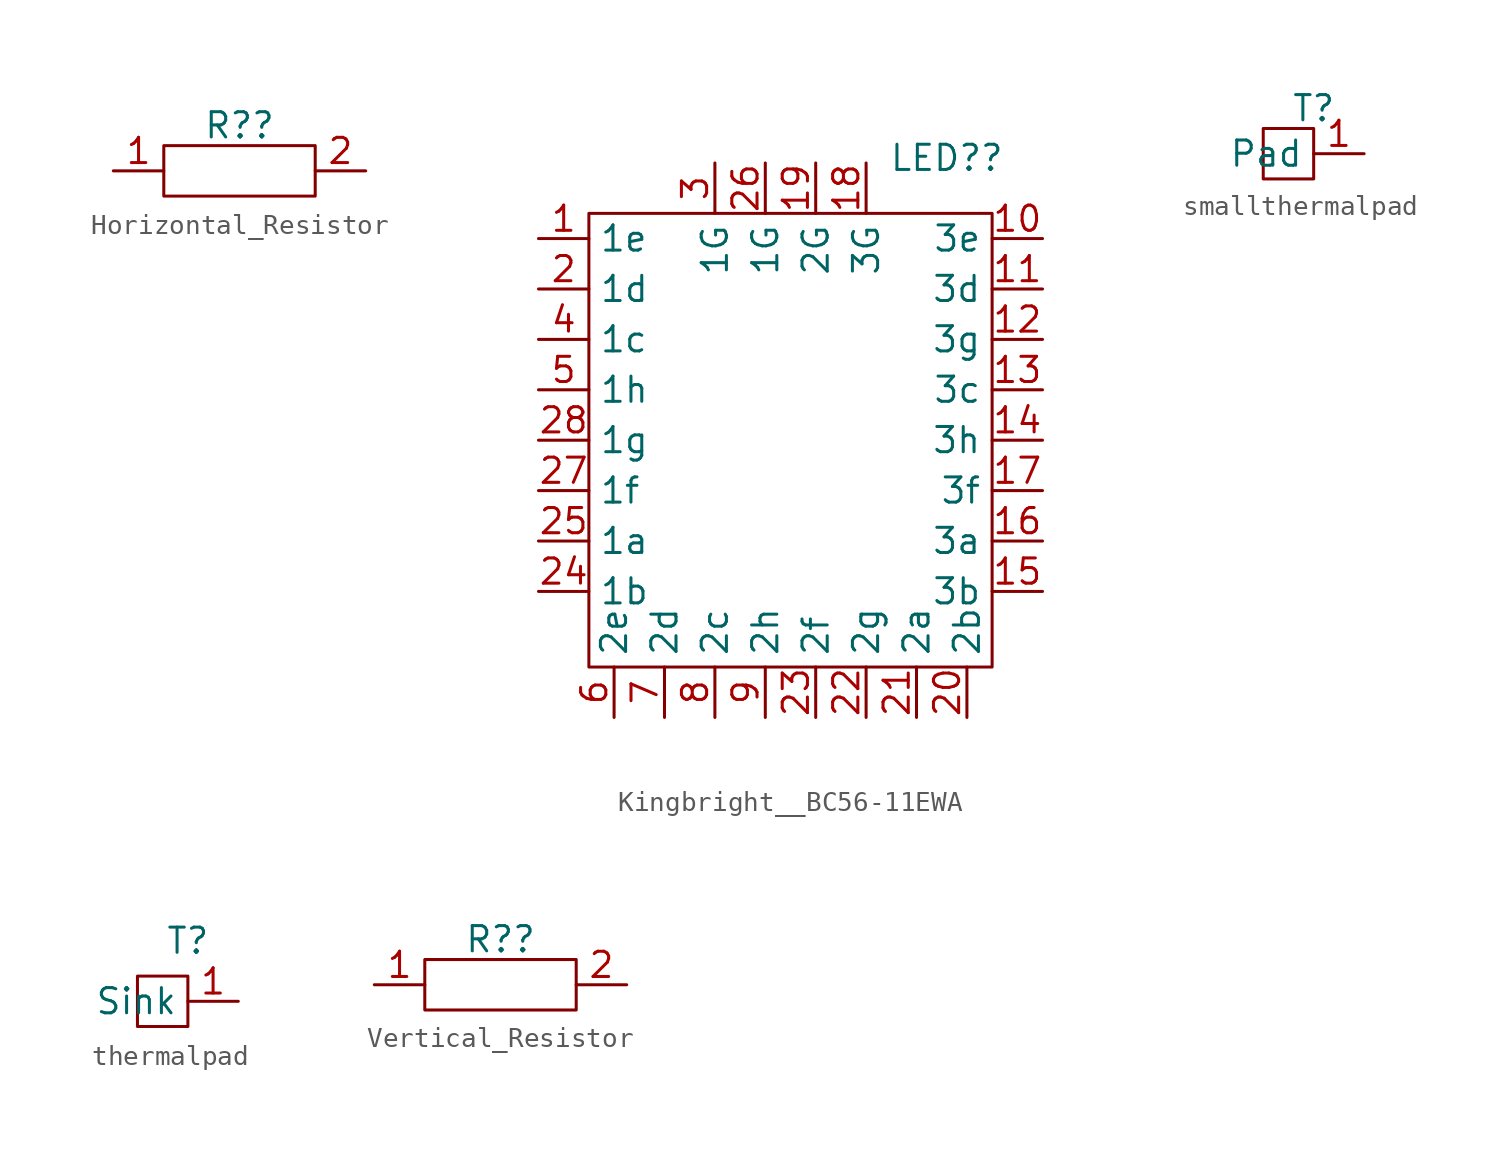
<source format=kicad_sym>
(kicad_symbol_lib
  (version 20231120)
  (generator "kicad_symbol_editor")
  (generator_version "8.0")
  (symbol "Horizontal_Resistor"
    (property "Reference" "R?"
      (at 0 2.286 0)
      (effects (font (size 1.27 1.27))))
    (property "Value" ""
      (at -1.27 3.81 0)
      (effects (font (size 1.27 1.27))))
    (symbol "Horizontal_Resistor_0_1"
      (rectangle (start -3.81 1.27) (end 3.81 -1.27) (stroke (width 0) (type default)) (fill (type none))))
    (symbol "Horizontal_Resistor_1_1"
      (pin bidirectional line (at -6.35 0 0) (length 2.54) (name "" (effects (font (size 1.27 1.27)))) (number "1" (effects (font (size 1.27 1.27)))))
      (pin bidirectional line (at 6.35 0 180) (length 2.54) (name "" (effects (font (size 1.27 1.27)))) (number "2" (effects (font (size 1.27 1.27)))))))
  (symbol "Kingbright__BC56-11EWA"
    (property "Reference" "LED?"
      (at 7.874 14.224 0)
      (effects (font (size 1.27 1.27))))
    (property "Value" ""
      (at 6.35 -8.89 0)
      (effects (font (size 1.27 1.27))))
    (symbol "Kingbright__BC56-11EWA_0_1"
      (rectangle (start -10.16 11.43) (end 10.16 -11.43) (stroke (width 0) (type default)) (fill (type none))))
    (symbol "Kingbright__BC56-11EWA_1_1"
      (pin input line (at -12.7 10.16 0) (length 2.54) (name "1e" (effects (font (size 1.27 1.27)))) (number "1" (effects (font (size 1.27 1.27)))))
      (pin input line (at 12.7 10.16 180) (length 2.54) (name "3e" (effects (font (size 1.27 1.27)))) (number "10" (effects (font (size 1.27 1.27)))))
      (pin input line (at 12.7 7.62 180) (length 2.54) (name "3d" (effects (font (size 1.27 1.27)))) (number "11" (effects (font (size 1.27 1.27)))))
      (pin input line (at 12.7 5.08 180) (length 2.54) (name "3g" (effects (font (size 1.27 1.27)))) (number "12" (effects (font (size 1.27 1.27)))))
      (pin input line (at 12.7 2.54 180) (length 2.54) (name "3c" (effects (font (size 1.27 1.27)))) (number "13" (effects (font (size 1.27 1.27)))))
      (pin input line (at 12.7 0 180) (length 2.54) (name "3h" (effects (font (size 1.27 1.27)))) (number "14" (effects (font (size 1.27 1.27)))))
      (pin input line (at 12.7 -7.62 180) (length 2.54) (name "3b" (effects (font (size 1.27 1.27)))) (number "15" (effects (font (size 1.27 1.27)))))
      (pin input line (at 12.7 -5.08 180) (length 2.54) (name "3a" (effects (font (size 1.27 1.27)))) (number "16" (effects (font (size 1.27 1.27)))))
      (pin input line (at 12.7 -2.54 180) (length 2.54) (name "3f" (effects (font (size 1.27 1.27)))) (number "17" (effects (font (size 1.27 1.27)))))
      (pin power_out line (at 3.81 13.97 270) (length 2.54) (name "3G" (effects (font (size 1.27 1.27)))) (number "18" (effects (font (size 1.27 1.27)))))
      (pin power_out line (at 1.27 13.97 270) (length 2.54) (name "2G" (effects (font (size 1.27 1.27)))) (number "19" (effects (font (size 1.27 1.27)))))
      (pin input line (at -12.7 7.62 0) (length 2.54) (name "1d" (effects (font (size 1.27 1.27)))) (number "2" (effects (font (size 1.27 1.27)))))
      (pin input line (at 8.89 -13.97 90) (length 2.54) (name "2b" (effects (font (size 1.27 1.27)))) (number "20" (effects (font (size 1.27 1.27)))))
      (pin input line (at 6.35 -13.97 90) (length 2.54) (name "2a" (effects (font (size 1.27 1.27)))) (number "21" (effects (font (size 1.27 1.27)))))
      (pin input line (at 3.81 -13.97 90) (length 2.54) (name "2g" (effects (font (size 1.27 1.27)))) (number "22" (effects (font (size 1.27 1.27)))))
      (pin input line (at 1.27 -13.97 90) (length 2.54) (name "2f" (effects (font (size 1.27 1.27)))) (number "23" (effects (font (size 1.27 1.27)))))
      (pin input line (at -12.7 -7.62 0) (length 2.54) (name "1b" (effects (font (size 1.27 1.27)))) (number "24" (effects (font (size 1.27 1.27)))))
      (pin input line (at -12.7 -5.08 0) (length 2.54) (name "1a" (effects (font (size 1.27 1.27)))) (number "25" (effects (font (size 1.27 1.27)))))
      (pin power_out line (at -1.27 13.97 270) (length 2.54) (name "1G" (effects (font (size 1.27 1.27)))) (number "26" (effects (font (size 1.27 1.27)))))
      (pin input line (at -12.7 -2.54 0) (length 2.54) (name "1f" (effects (font (size 1.27 1.27)))) (number "27" (effects (font (size 1.27 1.27)))))
      (pin input line (at -12.7 0 0) (length 2.54) (name "1g" (effects (font (size 1.27 1.27)))) (number "28" (effects (font (size 1.27 1.27)))))
      (pin power_out line (at -3.81 13.97 270) (length 2.54) (name "1G" (effects (font (size 1.27 1.27)))) (number "3" (effects (font (size 1.27 1.27)))))
      (pin input line (at -12.7 5.08 0) (length 2.54) (name "1c" (effects (font (size 1.27 1.27)))) (number "4" (effects (font (size 1.27 1.27)))))
      (pin input line (at -12.7 2.54 0) (length 2.54) (name "1h" (effects (font (size 1.27 1.27)))) (number "5" (effects (font (size 1.27 1.27)))))
      (pin input line (at -8.89 -13.97 90) (length 2.54) (name "2e" (effects (font (size 1.27 1.27)))) (number "6" (effects (font (size 1.27 1.27)))))
      (pin input line (at -6.35 -13.97 90) (length 2.54) (name "2d" (effects (font (size 1.27 1.27)))) (number "7" (effects (font (size 1.27 1.27)))))
      (pin input line (at -3.81 -13.97 90) (length 2.54) (name "2c" (effects (font (size 1.27 1.27)))) (number "8" (effects (font (size 1.27 1.27)))))
      (pin input line (at -1.27 -13.97 90) (length 2.54) (name "2h" (effects (font (size 1.27 1.27)))) (number "9" (effects (font (size 1.27 1.27)))))))
  (symbol "smallthermalpad"
    (property "Reference" "T"
      (at 0 2.286 0)
      (effects (font (size 1.27 1.27))))
    (property "Value" ""
      (at 0 0 0)
      (effects (font (size 1.27 1.27))))
    (symbol "smallthermalpad_0_1"
      (rectangle (start -2.54 1.27) (end 0 -1.27) (stroke (width 0) (type default)) (fill (type none))))
    (symbol "smallthermalpad_1_1"
      (pin power_in line (at 2.54 0 180) (length 2.54) (name "Pad" (effects (font (size 1.27 1.27)))) (number "1" (effects (font (size 1.27 1.27)))))))
  (symbol "thermalpad"
    (property "Reference" "T"
      (at 0 3.048 0)
      (effects (font (size 1.27 1.27))))
    (property "Value" ""
      (at 0 0 0)
      (effects (font (size 1.27 1.27))))
    (symbol "thermalpad_0_1"
      (rectangle (start -2.54 1.27) (end 0 -1.27) (stroke (width 0) (type default)) (fill (type none))))
    (symbol "thermalpad_1_1"
      (pin power_in line (at 2.54 0 180) (length 2.54) (name "Sink" (effects (font (size 1.27 1.27)))) (number "1" (effects (font (size 1.27 1.27)))))))
  (symbol "Vertical_Resistor"
    (property "Reference" "R?"
      (at 0 2.286 0)
      (effects (font (size 1.27 1.27))))
    (property "Value" ""
      (at 0 2.54 0)
      (effects (font (size 1.27 1.27))))
    (symbol "Vertical_Resistor_0_1"
      (rectangle (start -3.81 1.27) (end 3.81 -1.27) (stroke (width 0) (type default)) (fill (type none))))
    (symbol "Vertical_Resistor_1_1"
      (pin bidirectional line (at -6.35 0 0) (length 2.54) (name "" (effects (font (size 1.27 1.27)))) (number "1" (effects (font (size 1.27 1.27)))))
      (pin bidirectional line (at 6.35 0 180) (length 2.54) (name "" (effects (font (size 1.27 1.27)))) (number "2" (effects (font (size 1.27 1.27))))))))
</source>
